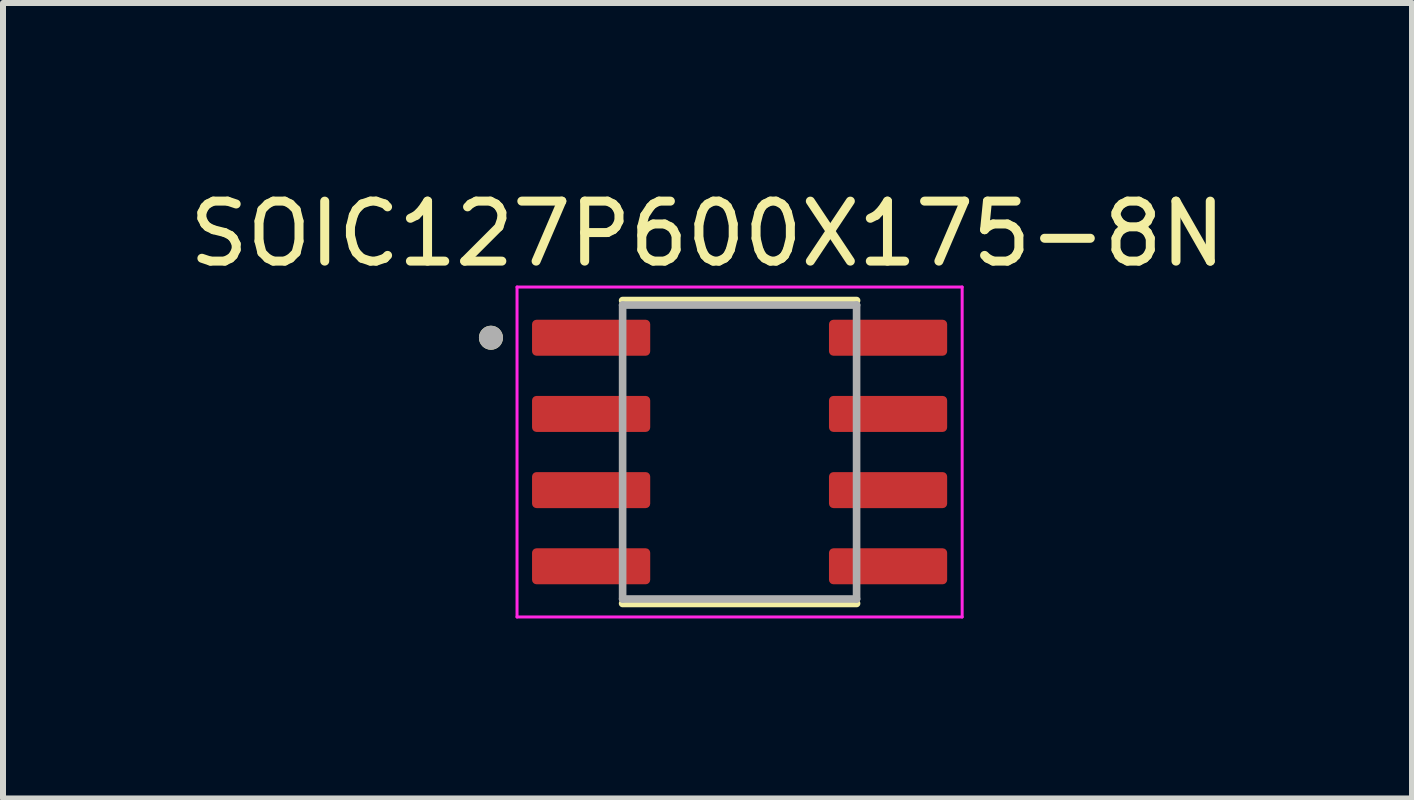
<source format=kicad_pcb>
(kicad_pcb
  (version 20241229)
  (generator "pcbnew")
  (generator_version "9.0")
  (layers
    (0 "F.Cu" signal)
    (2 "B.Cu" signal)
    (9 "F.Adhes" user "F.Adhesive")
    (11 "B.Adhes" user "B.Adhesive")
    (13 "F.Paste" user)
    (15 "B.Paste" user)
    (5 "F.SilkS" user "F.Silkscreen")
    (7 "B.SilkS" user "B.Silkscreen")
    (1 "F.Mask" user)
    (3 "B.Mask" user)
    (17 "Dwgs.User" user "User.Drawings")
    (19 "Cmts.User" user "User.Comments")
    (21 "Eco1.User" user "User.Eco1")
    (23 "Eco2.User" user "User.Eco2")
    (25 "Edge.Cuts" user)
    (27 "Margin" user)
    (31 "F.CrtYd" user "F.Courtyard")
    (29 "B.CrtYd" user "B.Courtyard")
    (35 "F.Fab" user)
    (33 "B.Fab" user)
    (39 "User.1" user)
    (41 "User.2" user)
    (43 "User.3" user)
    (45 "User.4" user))
  (footprint "SOIC127P600X175-8N"
    (layer "F.Cu")
    (at 9.279 4.485)
    (property "Reference" "SOIC127P600X175-8N" (at -0.535 -3.637 0) (layer "F.SilkS") (effects (font (size 1 1) (thickness 0.15))))
    (attr smd)
    (fp_line (start -1.95 -2.525) (end 1.95 -2.525) (stroke (width 0.127) (type solid)) (layer "F.SilkS"))
    (fp_line (start -1.95 2.525) (end 1.95 2.525) (stroke (width 0.127) (type solid)) (layer "F.SilkS"))
    (fp_circle (center -4.145 -1.905) (end -4.045 -1.905) (stroke (width 0.2) (type solid)) (fill no) (layer "F.SilkS"))
    (fp_line (start -3.71 -2.75) (end -3.71 2.75) (stroke (width 0.05) (type solid)) (layer "F.CrtYd"))
    (fp_line (start -3.71 -2.75) (end 3.71 -2.75) (stroke (width 0.05) (type solid)) (layer "F.CrtYd"))
    (fp_line (start -3.71 2.75) (end 3.71 2.75) (stroke (width 0.05) (type solid)) (layer "F.CrtYd"))
    (fp_line (start 3.71 -2.75) (end 3.71 2.75) (stroke (width 0.05) (type solid)) (layer "F.CrtYd"))
    (fp_line (start -1.95 -2.45) (end -1.95 2.45) (stroke (width 0.127) (type solid)) (layer "F.Fab"))
    (fp_line (start -1.95 -2.45) (end 1.95 -2.45) (stroke (width 0.127) (type solid)) (layer "F.Fab"))
    (fp_line (start -1.95 2.45) (end 1.95 2.45) (stroke (width 0.127) (type solid)) (layer "F.Fab"))
    (fp_line (start 1.95 -2.45) (end 1.95 2.45) (stroke (width 0.127) (type solid)) (layer "F.Fab"))
    (fp_circle (center -4.145 -1.905) (end -4.045 -1.905) (stroke (width 0.2) (type solid)) (fill no) (layer "F.Fab"))
    (pad "1" smd roundrect (at -2.475 -1.905) (size 1.97 0.6) (layers "F.Cu" "F.Mask" "F.Paste") (roundrect_rratio 0.125))
    (pad "2" smd roundrect (at -2.475 -0.635) (size 1.97 0.6) (layers "F.Cu" "F.Mask" "F.Paste") (roundrect_rratio 0.125))
    (pad "3" smd roundrect (at -2.475 0.635) (size 1.97 0.6) (layers "F.Cu" "F.Mask" "F.Paste") (roundrect_rratio 0.125))
    (pad "4" smd roundrect (at -2.475 1.905) (size 1.97 0.6) (layers "F.Cu" "F.Mask" "F.Paste") (roundrect_rratio 0.125))
    (pad "5" smd roundrect (at 2.475 1.905) (size 1.97 0.6) (layers "F.Cu" "F.Mask" "F.Paste") (roundrect_rratio 0.125))
    (pad "6" smd roundrect (at 2.475 0.635) (size 1.97 0.6) (layers "F.Cu" "F.Mask" "F.Paste") (roundrect_rratio 0.125))
    (pad "7" smd roundrect (at 2.475 -0.635) (size 1.97 0.6) (layers "F.Cu" "F.Mask" "F.Paste") (roundrect_rratio 0.125))
    (pad "8" smd roundrect (at 2.475 -1.905) (size 1.97 0.6) (layers "F.Cu" "F.Mask" "F.Paste") (roundrect_rratio 0.125)))
  (gr_rect
    (start -3 -3)
    (end 20.488 10.26)
    (stroke (width 0.1) (type default))
    (fill no)
    (layer "Edge.Cuts")))
</source>
